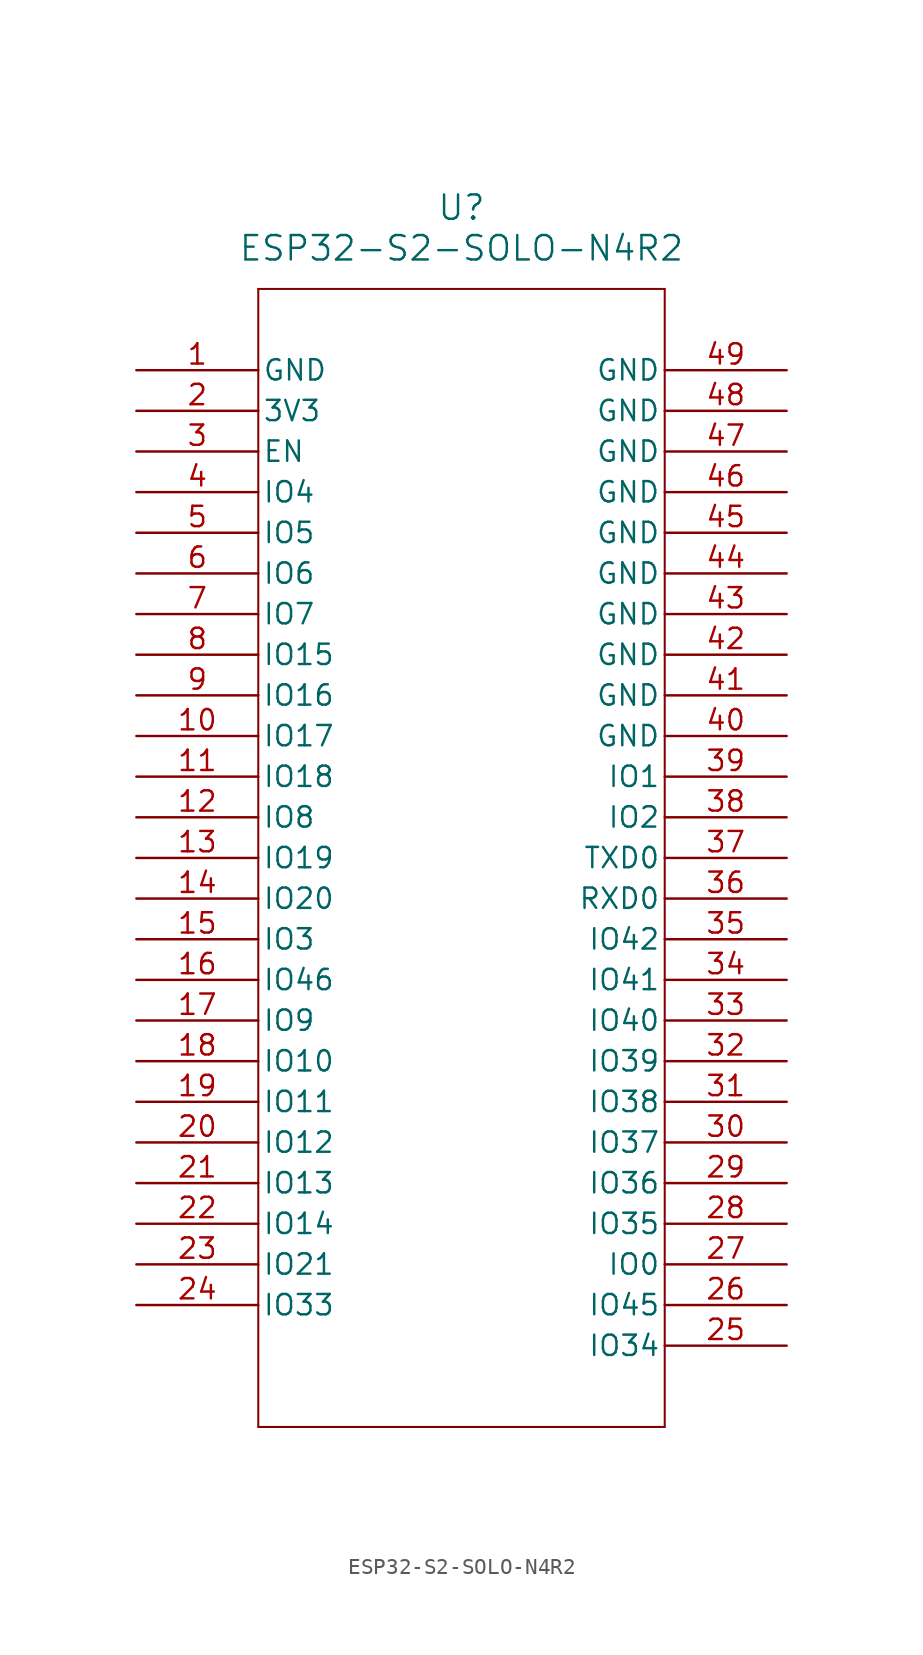
<source format=kicad_sym>
(kicad_symbol_lib
  (version 20220914)
  (generator kicad_symbol_editor)
  (symbol "ESP32-S2-SOLO-N4R2"
    (pin_names
      (offset 0.254))
    (property "Reference" "U"
      (at 20.32 10.16 0)
      (effects (font (size 1.524 1.524))))
    (property "Value" "ESP32-S2-SOLO-N4R2"
      (at 20.32 7.62 0)
      (effects (font (size 1.524 1.524))))
    (property "ki_locked" ""
      (at 0 0 0)
      (effects (font (size 1.27 1.27))))
    (symbol "ESP32-S2-SOLO-N4R2_0_1"
      (polyline (pts (xy 7.62 -66.04) (xy 33.02 -66.04)) (stroke (width 0.127) (type default)) (fill (type none)))
      (polyline (pts (xy 7.62 5.08) (xy 7.62 -66.04)) (stroke (width 0.127) (type default)) (fill (type none)))
      (polyline (pts (xy 33.02 -66.04) (xy 33.02 5.08)) (stroke (width 0.127) (type default)) (fill (type none)))
      (polyline (pts (xy 33.02 5.08) (xy 7.62 5.08)) (stroke (width 0.127) (type default)) (fill (type none)))
      (pin bidirectional line (at 0 -22.86 0) (length 7.62) (name "IO17" (effects (font (size 1.27 1.27)))) (number "10" (effects (font (size 1.27 1.27)))))
      (pin bidirectional line (at 0 -25.4 0) (length 7.62) (name "IO18" (effects (font (size 1.27 1.27)))) (number "11" (effects (font (size 1.27 1.27)))))
      (pin bidirectional line (at 0 -27.94 0) (length 7.62) (name "IO8" (effects (font (size 1.27 1.27)))) (number "12" (effects (font (size 1.27 1.27)))))
      (pin bidirectional line (at 0 -30.48 0) (length 7.62) (name "IO19" (effects (font (size 1.27 1.27)))) (number "13" (effects (font (size 1.27 1.27)))))
      (pin bidirectional line (at 0 -33.02 0) (length 7.62) (name "IO20" (effects (font (size 1.27 1.27)))) (number "14" (effects (font (size 1.27 1.27)))))
      (pin bidirectional line (at 0 -35.56 0) (length 7.62) (name "IO3" (effects (font (size 1.27 1.27)))) (number "15" (effects (font (size 1.27 1.27)))))
      (pin input line (at 0 -38.1 0) (length 7.62) (name "IO46" (effects (font (size 1.27 1.27)))) (number "16" (effects (font (size 1.27 1.27)))))
      (pin bidirectional line (at 0 -40.64 0) (length 7.62) (name "IO9" (effects (font (size 1.27 1.27)))) (number "17" (effects (font (size 1.27 1.27)))))
      (pin bidirectional line (at 0 -43.18 0) (length 7.62) (name "IO10" (effects (font (size 1.27 1.27)))) (number "18" (effects (font (size 1.27 1.27)))))
      (pin bidirectional line (at 0 -45.72 0) (length 7.62) (name "IO11" (effects (font (size 1.27 1.27)))) (number "19" (effects (font (size 1.27 1.27)))))
      (pin power_in line (at 0 -2.54 0) (length 7.62) (name "3V3" (effects (font (size 1.27 1.27)))) (number "2" (effects (font (size 1.27 1.27)))))
      (pin bidirectional line (at 0 -48.26 0) (length 7.62) (name "IO12" (effects (font (size 1.27 1.27)))) (number "20" (effects (font (size 1.27 1.27)))))
      (pin bidirectional line (at 0 -50.8 0) (length 7.62) (name "IO13" (effects (font (size 1.27 1.27)))) (number "21" (effects (font (size 1.27 1.27)))))
      (pin bidirectional line (at 0 -53.34 0) (length 7.62) (name "IO14" (effects (font (size 1.27 1.27)))) (number "22" (effects (font (size 1.27 1.27)))))
      (pin bidirectional line (at 0 -55.88 0) (length 7.62) (name "IO21" (effects (font (size 1.27 1.27)))) (number "23" (effects (font (size 1.27 1.27)))))
      (pin bidirectional line (at 0 -58.42 0) (length 7.62) (name "IO33" (effects (font (size 1.27 1.27)))) (number "24" (effects (font (size 1.27 1.27)))))
      (pin bidirectional line (at 40.64 -60.96 180) (length 7.62) (name "IO34" (effects (font (size 1.27 1.27)))) (number "25" (effects (font (size 1.27 1.27)))))
      (pin bidirectional line (at 40.64 -58.42 180) (length 7.62) (name "IO45" (effects (font (size 1.27 1.27)))) (number "26" (effects (font (size 1.27 1.27)))))
      (pin bidirectional line (at 40.64 -55.88 180) (length 7.62) (name "IO0" (effects (font (size 1.27 1.27)))) (number "27" (effects (font (size 1.27 1.27)))))
      (pin bidirectional line (at 40.64 -53.34 180) (length 7.62) (name "IO35" (effects (font (size 1.27 1.27)))) (number "28" (effects (font (size 1.27 1.27)))))
      (pin bidirectional line (at 40.64 -50.8 180) (length 7.62) (name "IO36" (effects (font (size 1.27 1.27)))) (number "29" (effects (font (size 1.27 1.27)))))
      (pin input line (at 0 -5.08 0) (length 7.62) (name "EN" (effects (font (size 1.27 1.27)))) (number "3" (effects (font (size 1.27 1.27)))))
      (pin bidirectional line (at 40.64 -48.26 180) (length 7.62) (name "IO37" (effects (font (size 1.27 1.27)))) (number "30" (effects (font (size 1.27 1.27)))))
      (pin bidirectional line (at 40.64 -45.72 180) (length 7.62) (name "IO38" (effects (font (size 1.27 1.27)))) (number "31" (effects (font (size 1.27 1.27)))))
      (pin bidirectional line (at 40.64 -43.18 180) (length 7.62) (name "IO39" (effects (font (size 1.27 1.27)))) (number "32" (effects (font (size 1.27 1.27)))))
      (pin bidirectional line (at 40.64 -40.64 180) (length 7.62) (name "IO40" (effects (font (size 1.27 1.27)))) (number "33" (effects (font (size 1.27 1.27)))))
      (pin bidirectional line (at 40.64 -38.1 180) (length 7.62) (name "IO41" (effects (font (size 1.27 1.27)))) (number "34" (effects (font (size 1.27 1.27)))))
      (pin bidirectional line (at 40.64 -35.56 180) (length 7.62) (name "IO42" (effects (font (size 1.27 1.27)))) (number "35" (effects (font (size 1.27 1.27)))))
      (pin bidirectional line (at 40.64 -33.02 180) (length 7.62) (name "RXD0" (effects (font (size 1.27 1.27)))) (number "36" (effects (font (size 1.27 1.27)))))
      (pin bidirectional line (at 40.64 -30.48 180) (length 7.62) (name "TXD0" (effects (font (size 1.27 1.27)))) (number "37" (effects (font (size 1.27 1.27)))))
      (pin bidirectional line (at 40.64 -27.94 180) (length 7.62) (name "IO2" (effects (font (size 1.27 1.27)))) (number "38" (effects (font (size 1.27 1.27)))))
      (pin bidirectional line (at 40.64 -25.4 180) (length 7.62) (name "IO1" (effects (font (size 1.27 1.27)))) (number "39" (effects (font (size 1.27 1.27)))))
      (pin bidirectional line (at 0 -7.62 0) (length 7.62) (name "IO4" (effects (font (size 1.27 1.27)))) (number "4" (effects (font (size 1.27 1.27)))))
      (pin power_out line (at 40.64 -22.86 180) (length 7.62) (name "GND" (effects (font (size 1.27 1.27)))) (number "40" (effects (font (size 1.27 1.27)))))
      (pin power_out line (at 40.64 -20.32 180) (length 7.62) (name "GND" (effects (font (size 1.27 1.27)))) (number "41" (effects (font (size 1.27 1.27)))))
      (pin power_out line (at 40.64 -17.78 180) (length 7.62) (name "GND" (effects (font (size 1.27 1.27)))) (number "42" (effects (font (size 1.27 1.27)))))
      (pin power_out line (at 40.64 -15.24 180) (length 7.62) (name "GND" (effects (font (size 1.27 1.27)))) (number "43" (effects (font (size 1.27 1.27)))))
      (pin power_out line (at 40.64 -12.7 180) (length 7.62) (name "GND" (effects (font (size 1.27 1.27)))) (number "44" (effects (font (size 1.27 1.27)))))
      (pin power_out line (at 40.64 -10.16 180) (length 7.62) (name "GND" (effects (font (size 1.27 1.27)))) (number "45" (effects (font (size 1.27 1.27)))))
      (pin power_out line (at 40.64 -7.62 180) (length 7.62) (name "GND" (effects (font (size 1.27 1.27)))) (number "46" (effects (font (size 1.27 1.27)))))
      (pin power_out line (at 40.64 -5.08 180) (length 7.62) (name "GND" (effects (font (size 1.27 1.27)))) (number "47" (effects (font (size 1.27 1.27)))))
      (pin power_out line (at 40.64 -2.54 180) (length 7.62) (name "GND" (effects (font (size 1.27 1.27)))) (number "48" (effects (font (size 1.27 1.27)))))
      (pin power_out line (at 40.64 0 180) (length 7.62) (name "GND" (effects (font (size 1.27 1.27)))) (number "49" (effects (font (size 1.27 1.27)))))
      (pin bidirectional line (at 0 -10.16 0) (length 7.62) (name "IO5" (effects (font (size 1.27 1.27)))) (number "5" (effects (font (size 1.27 1.27)))))
      (pin bidirectional line (at 0 -12.7 0) (length 7.62) (name "IO6" (effects (font (size 1.27 1.27)))) (number "6" (effects (font (size 1.27 1.27)))))
      (pin bidirectional line (at 0 -15.24 0) (length 7.62) (name "IO7" (effects (font (size 1.27 1.27)))) (number "7" (effects (font (size 1.27 1.27)))))
      (pin bidirectional line (at 0 -17.78 0) (length 7.62) (name "IO15" (effects (font (size 1.27 1.27)))) (number "8" (effects (font (size 1.27 1.27)))))
      (pin bidirectional line (at 0 -20.32 0) (length 7.62) (name "IO16" (effects (font (size 1.27 1.27)))) (number "9" (effects (font (size 1.27 1.27))))))
    (symbol "ESP32-S2-SOLO-N4R2_1_1"
      (pin power_in line (at 0 0 0) (length 7.62) (name "GND" (effects (font (size 1.27 1.27)))) (number "1" (effects (font (size 1.27 1.27))))))))
</source>
